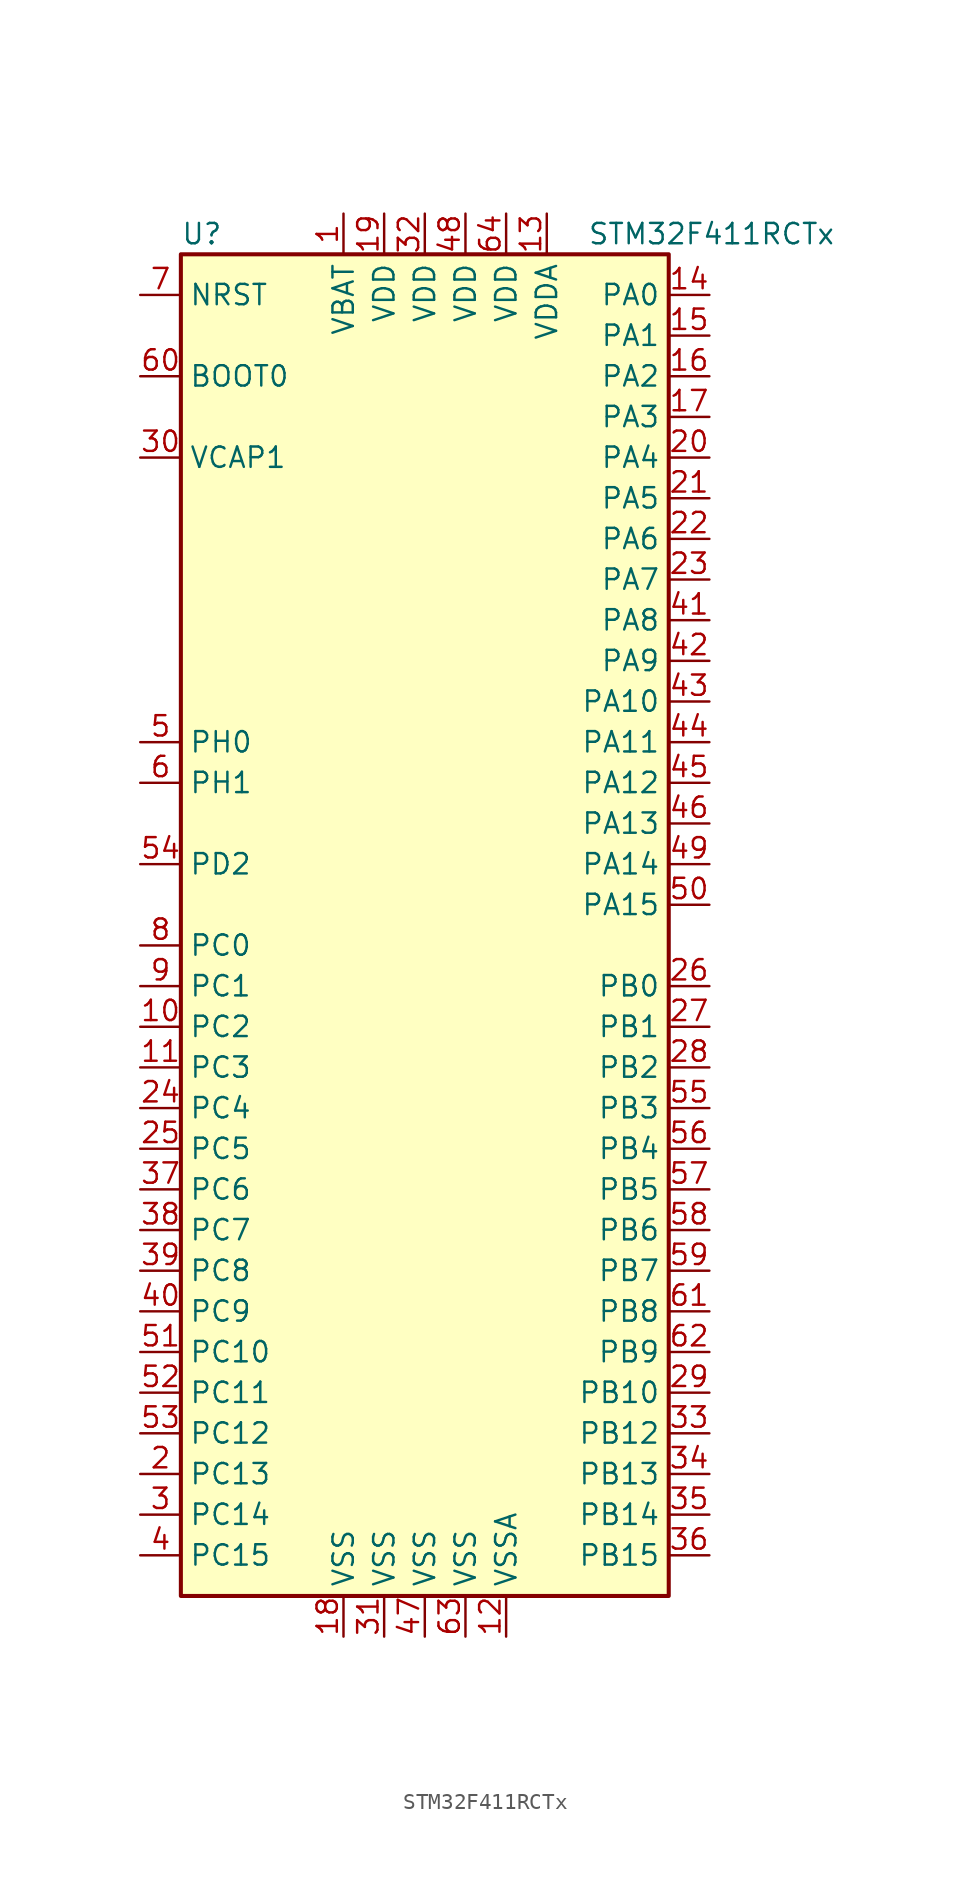
<source format=kicad_sym>
(kicad_symbol_lib
  (version 20220914)
  (generator kicad_symbol_editor)
  (symbol "STM32F411RCTx"
    (property "Reference" "U"
      (at -15.24 41.91 0)
      (effects (font (size 1.27 1.27)) (justify left)))
    (property "Value" "STM32F411RCTx"
      (at 10.16 41.91 0)
      (effects (font (size 1.27 1.27)) (justify left)))
    (symbol "STM32F411RCTx_0_1"
      (rectangle (start -15.24 -43.18) (end 15.24 40.64) (stroke (width 0.254) (type default)) (fill (type background))))
    (symbol "STM32F411RCTx_1_1"
      (pin power_in line (at -5.08 43.18 270) (length 2.54) (name "VBAT" (effects (font (size 1.27 1.27)))) (number "1" (effects (font (size 1.27 1.27)))))
      (pin bidirectional line (at -17.78 -7.62 0) (length 2.54) (name "PC2" (effects (font (size 1.27 1.27)))) (number "10" (effects (font (size 1.27 1.27)))))
      (pin bidirectional line (at -17.78 -10.16 0) (length 2.54) (name "PC3" (effects (font (size 1.27 1.27)))) (number "11" (effects (font (size 1.27 1.27)))))
      (pin power_in line (at 5.08 -45.72 90) (length 2.54) (name "VSSA" (effects (font (size 1.27 1.27)))) (number "12" (effects (font (size 1.27 1.27)))))
      (pin power_in line (at 7.62 43.18 270) (length 2.54) (name "VDDA" (effects (font (size 1.27 1.27)))) (number "13" (effects (font (size 1.27 1.27)))))
      (pin bidirectional line (at 17.78 38.1 180) (length 2.54) (name "PA0" (effects (font (size 1.27 1.27)))) (number "14" (effects (font (size 1.27 1.27)))))
      (pin bidirectional line (at 17.78 35.56 180) (length 2.54) (name "PA1" (effects (font (size 1.27 1.27)))) (number "15" (effects (font (size 1.27 1.27)))))
      (pin bidirectional line (at 17.78 33.02 180) (length 2.54) (name "PA2" (effects (font (size 1.27 1.27)))) (number "16" (effects (font (size 1.27 1.27)))))
      (pin bidirectional line (at 17.78 30.48 180) (length 2.54) (name "PA3" (effects (font (size 1.27 1.27)))) (number "17" (effects (font (size 1.27 1.27)))))
      (pin power_in line (at -5.08 -45.72 90) (length 2.54) (name "VSS" (effects (font (size 1.27 1.27)))) (number "18" (effects (font (size 1.27 1.27)))))
      (pin power_in line (at -2.54 43.18 270) (length 2.54) (name "VDD" (effects (font (size 1.27 1.27)))) (number "19" (effects (font (size 1.27 1.27)))))
      (pin bidirectional line (at -17.78 -35.56 0) (length 2.54) (name "PC13" (effects (font (size 1.27 1.27)))) (number "2" (effects (font (size 1.27 1.27)))))
      (pin bidirectional line (at 17.78 27.94 180) (length 2.54) (name "PA4" (effects (font (size 1.27 1.27)))) (number "20" (effects (font (size 1.27 1.27)))))
      (pin bidirectional line (at 17.78 25.4 180) (length 2.54) (name "PA5" (effects (font (size 1.27 1.27)))) (number "21" (effects (font (size 1.27 1.27)))))
      (pin bidirectional line (at 17.78 22.86 180) (length 2.54) (name "PA6" (effects (font (size 1.27 1.27)))) (number "22" (effects (font (size 1.27 1.27)))))
      (pin bidirectional line (at 17.78 20.32 180) (length 2.54) (name "PA7" (effects (font (size 1.27 1.27)))) (number "23" (effects (font (size 1.27 1.27)))))
      (pin bidirectional line (at -17.78 -12.7 0) (length 2.54) (name "PC4" (effects (font (size 1.27 1.27)))) (number "24" (effects (font (size 1.27 1.27)))))
      (pin bidirectional line (at -17.78 -15.24 0) (length 2.54) (name "PC5" (effects (font (size 1.27 1.27)))) (number "25" (effects (font (size 1.27 1.27)))))
      (pin bidirectional line (at 17.78 -5.08 180) (length 2.54) (name "PB0" (effects (font (size 1.27 1.27)))) (number "26" (effects (font (size 1.27 1.27)))))
      (pin bidirectional line (at 17.78 -7.62 180) (length 2.54) (name "PB1" (effects (font (size 1.27 1.27)))) (number "27" (effects (font (size 1.27 1.27)))))
      (pin bidirectional line (at 17.78 -10.16 180) (length 2.54) (name "PB2" (effects (font (size 1.27 1.27)))) (number "28" (effects (font (size 1.27 1.27)))))
      (pin bidirectional line (at 17.78 -30.48 180) (length 2.54) (name "PB10" (effects (font (size 1.27 1.27)))) (number "29" (effects (font (size 1.27 1.27)))))
      (pin bidirectional line (at -17.78 -38.1 0) (length 2.54) (name "PC14" (effects (font (size 1.27 1.27)))) (number "3" (effects (font (size 1.27 1.27)))))
      (pin power_in line (at -17.78 27.94 0) (length 2.54) (name "VCAP1" (effects (font (size 1.27 1.27)))) (number "30" (effects (font (size 1.27 1.27)))))
      (pin power_in line (at -2.54 -45.72 90) (length 2.54) (name "VSS" (effects (font (size 1.27 1.27)))) (number "31" (effects (font (size 1.27 1.27)))))
      (pin power_in line (at 0 43.18 270) (length 2.54) (name "VDD" (effects (font (size 1.27 1.27)))) (number "32" (effects (font (size 1.27 1.27)))))
      (pin bidirectional line (at 17.78 -33.02 180) (length 2.54) (name "PB12" (effects (font (size 1.27 1.27)))) (number "33" (effects (font (size 1.27 1.27)))))
      (pin bidirectional line (at 17.78 -35.56 180) (length 2.54) (name "PB13" (effects (font (size 1.27 1.27)))) (number "34" (effects (font (size 1.27 1.27)))))
      (pin bidirectional line (at 17.78 -38.1 180) (length 2.54) (name "PB14" (effects (font (size 1.27 1.27)))) (number "35" (effects (font (size 1.27 1.27)))))
      (pin bidirectional line (at 17.78 -40.64 180) (length 2.54) (name "PB15" (effects (font (size 1.27 1.27)))) (number "36" (effects (font (size 1.27 1.27)))))
      (pin bidirectional line (at -17.78 -17.78 0) (length 2.54) (name "PC6" (effects (font (size 1.27 1.27)))) (number "37" (effects (font (size 1.27 1.27)))))
      (pin bidirectional line (at -17.78 -20.32 0) (length 2.54) (name "PC7" (effects (font (size 1.27 1.27)))) (number "38" (effects (font (size 1.27 1.27)))))
      (pin bidirectional line (at -17.78 -22.86 0) (length 2.54) (name "PC8" (effects (font (size 1.27 1.27)))) (number "39" (effects (font (size 1.27 1.27)))))
      (pin bidirectional line (at -17.78 -40.64 0) (length 2.54) (name "PC15" (effects (font (size 1.27 1.27)))) (number "4" (effects (font (size 1.27 1.27)))))
      (pin bidirectional line (at -17.78 -25.4 0) (length 2.54) (name "PC9" (effects (font (size 1.27 1.27)))) (number "40" (effects (font (size 1.27 1.27)))))
      (pin bidirectional line (at 17.78 17.78 180) (length 2.54) (name "PA8" (effects (font (size 1.27 1.27)))) (number "41" (effects (font (size 1.27 1.27)))))
      (pin bidirectional line (at 17.78 15.24 180) (length 2.54) (name "PA9" (effects (font (size 1.27 1.27)))) (number "42" (effects (font (size 1.27 1.27)))))
      (pin bidirectional line (at 17.78 12.7 180) (length 2.54) (name "PA10" (effects (font (size 1.27 1.27)))) (number "43" (effects (font (size 1.27 1.27)))))
      (pin bidirectional line (at 17.78 10.16 180) (length 2.54) (name "PA11" (effects (font (size 1.27 1.27)))) (number "44" (effects (font (size 1.27 1.27)))))
      (pin bidirectional line (at 17.78 7.62 180) (length 2.54) (name "PA12" (effects (font (size 1.27 1.27)))) (number "45" (effects (font (size 1.27 1.27)))))
      (pin bidirectional line (at 17.78 5.08 180) (length 2.54) (name "PA13" (effects (font (size 1.27 1.27)))) (number "46" (effects (font (size 1.27 1.27)))))
      (pin power_in line (at 0 -45.72 90) (length 2.54) (name "VSS" (effects (font (size 1.27 1.27)))) (number "47" (effects (font (size 1.27 1.27)))))
      (pin power_in line (at 2.54 43.18 270) (length 2.54) (name "VDD" (effects (font (size 1.27 1.27)))) (number "48" (effects (font (size 1.27 1.27)))))
      (pin bidirectional line (at 17.78 2.54 180) (length 2.54) (name "PA14" (effects (font (size 1.27 1.27)))) (number "49" (effects (font (size 1.27 1.27)))))
      (pin input line (at -17.78 10.16 0) (length 2.54) (name "PH0" (effects (font (size 1.27 1.27)))) (number "5" (effects (font (size 1.27 1.27)))))
      (pin bidirectional line (at 17.78 0 180) (length 2.54) (name "PA15" (effects (font (size 1.27 1.27)))) (number "50" (effects (font (size 1.27 1.27)))))
      (pin bidirectional line (at -17.78 -27.94 0) (length 2.54) (name "PC10" (effects (font (size 1.27 1.27)))) (number "51" (effects (font (size 1.27 1.27)))))
      (pin bidirectional line (at -17.78 -30.48 0) (length 2.54) (name "PC11" (effects (font (size 1.27 1.27)))) (number "52" (effects (font (size 1.27 1.27)))))
      (pin bidirectional line (at -17.78 -33.02 0) (length 2.54) (name "PC12" (effects (font (size 1.27 1.27)))) (number "53" (effects (font (size 1.27 1.27)))))
      (pin bidirectional line (at -17.78 2.54 0) (length 2.54) (name "PD2" (effects (font (size 1.27 1.27)))) (number "54" (effects (font (size 1.27 1.27)))))
      (pin bidirectional line (at 17.78 -12.7 180) (length 2.54) (name "PB3" (effects (font (size 1.27 1.27)))) (number "55" (effects (font (size 1.27 1.27)))))
      (pin bidirectional line (at 17.78 -15.24 180) (length 2.54) (name "PB4" (effects (font (size 1.27 1.27)))) (number "56" (effects (font (size 1.27 1.27)))))
      (pin bidirectional line (at 17.78 -17.78 180) (length 2.54) (name "PB5" (effects (font (size 1.27 1.27)))) (number "57" (effects (font (size 1.27 1.27)))))
      (pin bidirectional line (at 17.78 -20.32 180) (length 2.54) (name "PB6" (effects (font (size 1.27 1.27)))) (number "58" (effects (font (size 1.27 1.27)))))
      (pin bidirectional line (at 17.78 -22.86 180) (length 2.54) (name "PB7" (effects (font (size 1.27 1.27)))) (number "59" (effects (font (size 1.27 1.27)))))
      (pin input line (at -17.78 7.62 0) (length 2.54) (name "PH1" (effects (font (size 1.27 1.27)))) (number "6" (effects (font (size 1.27 1.27)))))
      (pin input line (at -17.78 33.02 0) (length 2.54) (name "BOOT0" (effects (font (size 1.27 1.27)))) (number "60" (effects (font (size 1.27 1.27)))))
      (pin bidirectional line (at 17.78 -25.4 180) (length 2.54) (name "PB8" (effects (font (size 1.27 1.27)))) (number "61" (effects (font (size 1.27 1.27)))))
      (pin bidirectional line (at 17.78 -27.94 180) (length 2.54) (name "PB9" (effects (font (size 1.27 1.27)))) (number "62" (effects (font (size 1.27 1.27)))))
      (pin power_in line (at 2.54 -45.72 90) (length 2.54) (name "VSS" (effects (font (size 1.27 1.27)))) (number "63" (effects (font (size 1.27 1.27)))))
      (pin power_in line (at 5.08 43.18 270) (length 2.54) (name "VDD" (effects (font (size 1.27 1.27)))) (number "64" (effects (font (size 1.27 1.27)))))
      (pin input line (at -17.78 38.1 0) (length 2.54) (name "NRST" (effects (font (size 1.27 1.27)))) (number "7" (effects (font (size 1.27 1.27)))))
      (pin bidirectional line (at -17.78 -2.54 0) (length 2.54) (name "PC0" (effects (font (size 1.27 1.27)))) (number "8" (effects (font (size 1.27 1.27)))))
      (pin bidirectional line (at -17.78 -5.08 0) (length 2.54) (name "PC1" (effects (font (size 1.27 1.27)))) (number "9" (effects (font (size 1.27 1.27))))))))
</source>
